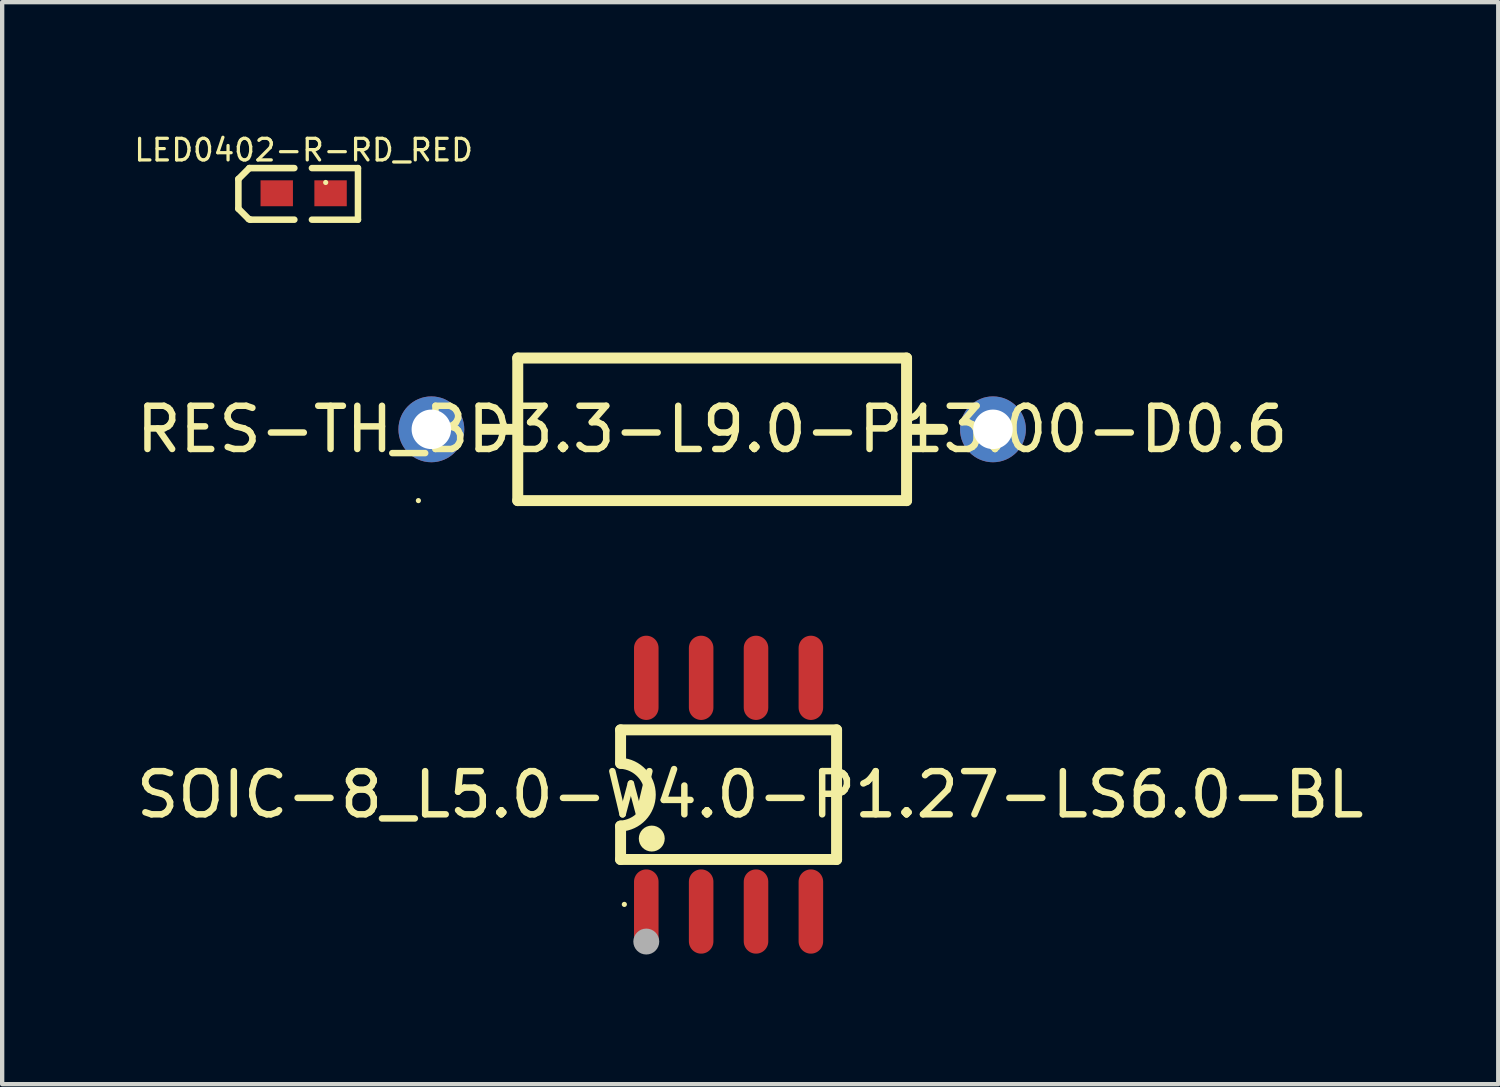
<source format=kicad_pcb>
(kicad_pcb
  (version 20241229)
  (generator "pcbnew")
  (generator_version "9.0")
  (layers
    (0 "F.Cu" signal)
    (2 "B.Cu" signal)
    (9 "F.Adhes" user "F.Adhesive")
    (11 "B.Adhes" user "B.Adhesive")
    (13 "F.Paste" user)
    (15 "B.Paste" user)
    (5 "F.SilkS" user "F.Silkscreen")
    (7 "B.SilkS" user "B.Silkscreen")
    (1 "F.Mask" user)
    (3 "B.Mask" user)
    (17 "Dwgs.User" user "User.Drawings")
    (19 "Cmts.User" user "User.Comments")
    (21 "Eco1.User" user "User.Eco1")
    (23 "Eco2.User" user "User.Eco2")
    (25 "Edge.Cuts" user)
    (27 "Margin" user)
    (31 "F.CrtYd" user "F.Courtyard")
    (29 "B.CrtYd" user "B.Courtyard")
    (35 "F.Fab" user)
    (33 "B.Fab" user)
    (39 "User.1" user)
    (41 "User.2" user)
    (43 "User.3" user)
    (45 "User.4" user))
  (footprint "LED0402-R-RD_RED"
    (layer "F.Cu")
    (at 3.979 1.424)
    (property "Reference" "LED0402-R-RD_RED" (at 0 -1 0) (layer "F.SilkS") (effects (font (size 0.5 0.5) (thickness 0.075))))
    (attr smd)
    (fp_line (start -1.511 -0.329) (end -1.257 -0.583) (stroke (width 0.152) (type solid)) (layer "F.SilkS"))
    (fp_line (start -1.511 0.357) (end -1.511 -0.329) (stroke (width 0.152) (type solid)) (layer "F.SilkS"))
    (fp_line (start -1.27 0.598) (end -1.511 0.357) (stroke (width 0.152) (type solid)) (layer "F.SilkS"))
    (fp_line (start -1.257 -0.583) (end -0.216 -0.583) (stroke (width 0.152) (type solid)) (layer "F.SilkS"))
    (fp_line (start -1.232 0.611) (end -1.27 0.598) (stroke (width 0.152) (type solid)) (layer "F.SilkS"))
    (fp_line (start -1.232 0.611) (end -0.216 0.611) (stroke (width 0.152) (type solid)) (layer "F.SilkS"))
    (fp_line (start 0.191 0.611) (end 1.257 0.611) (stroke (width 0.15) (type solid)) (layer "F.SilkS"))
    (fp_line (start 1.257 -0.583) (end 0.191 -0.583) (stroke (width 0.15) (type solid)) (layer "F.SilkS"))
    (fp_line (start 1.257 0.611) (end 1.257 -0.583) (stroke (width 0.15) (type solid)) (layer "F.SilkS"))
    (fp_circle (center 0.51 -0.25) (end 0.54 -0.25) (stroke (width 0.06) (type solid)) (fill no) (layer "F.SilkS"))
    (pad "1" smd rect (at 0.623 0) (size 0.75 0.6) (layers "F.Cu" "F.Mask" "F.Paste"))
    (pad "2" smd rect (at -0.623 0) (size 0.75 0.6) (layers "F.Cu" "F.Mask" "F.Paste")))
  (footprint "RES-TH_BD3.3-L9.0-P13.00-D0.6"
    (layer "F.Cu")
    (at 13.435 6.888)
    (property "Reference" "RES-TH_BD3.3-L9.0-P13.00-D0.6" (at 0 0 0) (layer "F.SilkS") (effects (font (size 1 1) (thickness 0.15))))
    (attr through_hole)
    (fp_line (start -4.572 0) (end -5.334 0) (stroke (width 0.254) (type solid)) (layer "F.SilkS"))
    (fp_line (start -4.5 -1.65) (end -4.5 1.65) (stroke (width 0.254) (type solid)) (layer "F.SilkS"))
    (fp_line (start -4.5 1.65) (end 4.5 1.65) (stroke (width 0.254) (type solid)) (layer "F.SilkS"))
    (fp_line (start 4.5 -1.65) (end -4.5 -1.65) (stroke (width 0.254) (type solid)) (layer "F.SilkS"))
    (fp_line (start 4.5 1.65) (end 4.5 -1.65) (stroke (width 0.254) (type solid)) (layer "F.SilkS"))
    (fp_line (start 4.572 0) (end 5.334 0) (stroke (width 0.254) (type solid)) (layer "F.SilkS"))
    (fp_circle (center -6.8 1.65) (end -6.77 1.65) (stroke (width 0.06) (type solid)) (fill no) (layer "F.SilkS"))
    (pad "1" thru_hole circle (at -6.5 0) (size 1.524 1.524) (drill 0.914) (layers "*.Cu" "*.Mask"))
    (pad "2" thru_hole circle (at 6.5 0) (size 1.524 1.524) (drill 0.914) (layers "*.Cu" "*.Mask")))
  (footprint "SOIC-8_L5.0-W4.0-P1.27-LS6.0-BL"
    (layer "F.Cu")
    (at 13.815 15.345)
    (property "Reference" "SOIC-8_L5.0-W4.0-P1.27-LS6.0-BL" (at 0.5 0 0) (layer "F.SilkS") (effects (font (size 1 1) (thickness 0.15))))
    (attr smd)
    (fp_line (start -2.5 -1.5) (end -2.5 -0.726) (stroke (width 0.254) (type solid)) (layer "F.SilkS"))
    (fp_line (start -2.5 -1.5) (end 2.5 -1.5) (stroke (width 0.254) (type solid)) (layer "F.SilkS"))
    (fp_line (start -2.5 1.5) (end -2.5 0.727) (stroke (width 0.254) (type solid)) (layer "F.SilkS"))
    (fp_line (start -2.5 1.5) (end 2.5 1.5) (stroke (width 0.254) (type solid)) (layer "F.SilkS"))
    (fp_line (start 2.5 -1.5) (end 2.5 1.5) (stroke (width 0.254) (type solid)) (layer "F.SilkS"))
    (fp_arc (start -2.495098 -0.726289) (mid -1.812145 0.002452) (end -2.499999 0.726568) (stroke (width 0.254001) (type solid)) (layer "F.SilkS"))
    (fp_circle (center -2.413 2.54) (end -2.383 2.54) (stroke (width 0.06) (type solid)) (fill no) (layer "F.SilkS"))
    (fp_circle (center -1.778 1.016) (end -1.628 1.016) (stroke (width 0.3) (type solid)) (fill no) (layer "F.SilkS"))
    (fp_circle (center -1.905 3.4) (end -1.755 3.4) (stroke (width 0.3) (type solid)) (fill no) (layer "F.Fab"))
    (pad "1" smd oval (at -1.905 2.705) (size 0.568 1.95) (layers "F.Cu" "F.Mask" "F.Paste"))
    (pad "2" smd oval (at -0.635 2.705) (size 0.568 1.95) (layers "F.Cu" "F.Mask" "F.Paste"))
    (pad "3" smd oval (at 0.635 2.705) (size 0.568 1.95) (layers "F.Cu" "F.Mask" "F.Paste"))
    (pad "4" smd oval (at 1.905 2.705) (size 0.568 1.95) (layers "F.Cu" "F.Mask" "F.Paste"))
    (pad "5" smd oval (at 1.905 -2.705) (size 0.568 1.95) (layers "F.Cu" "F.Mask" "F.Paste"))
    (pad "6" smd oval (at 0.635 -2.705) (size 0.568 1.95) (layers "F.Cu" "F.Mask" "F.Paste"))
    (pad "7" smd oval (at -0.635 -2.705) (size 0.568 1.95) (layers "F.Cu" "F.Mask" "F.Paste"))
    (pad "8" smd oval (at -1.905 -2.705) (size 0.568 1.95) (layers "F.Cu" "F.Mask" "F.Paste")))
  (gr_rect
    (start -3 -3)
    (end 31.631 22.046)
    (stroke (width 0.1) (type default))
    (fill no)
    (layer "Edge.Cuts")))
</source>
